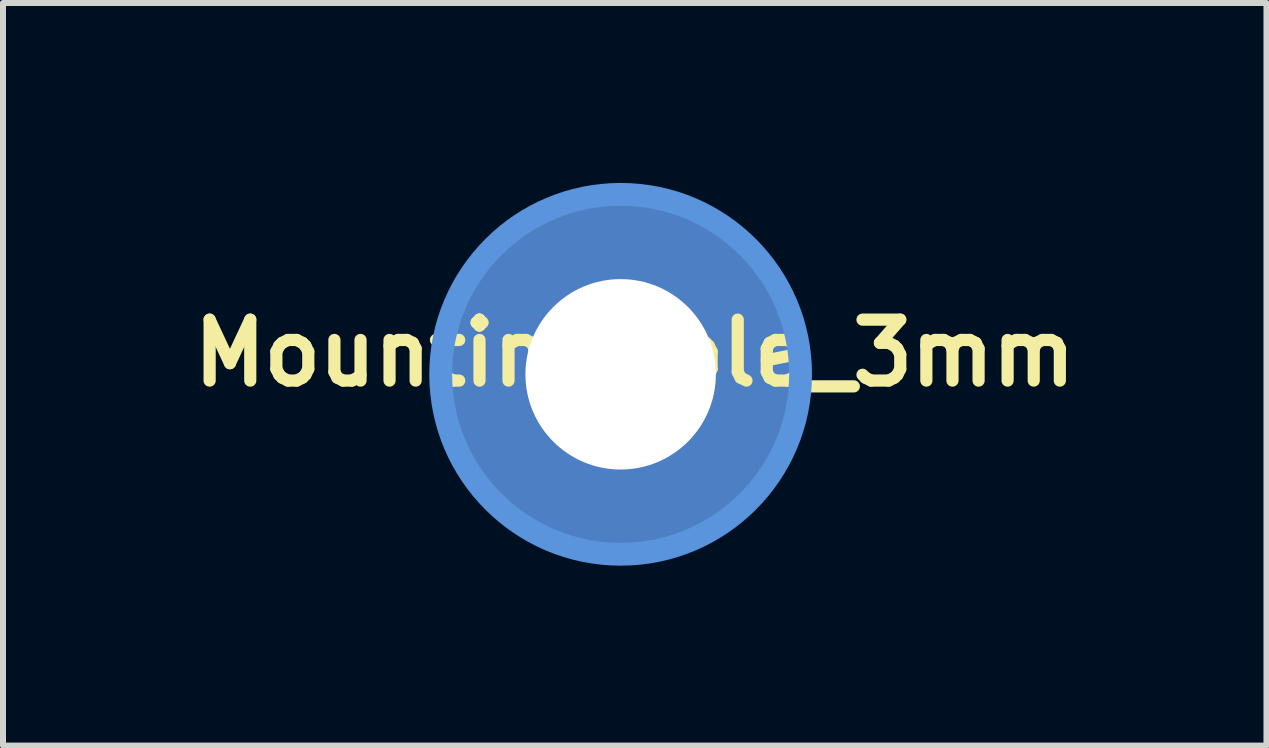
<source format=kicad_pcb>
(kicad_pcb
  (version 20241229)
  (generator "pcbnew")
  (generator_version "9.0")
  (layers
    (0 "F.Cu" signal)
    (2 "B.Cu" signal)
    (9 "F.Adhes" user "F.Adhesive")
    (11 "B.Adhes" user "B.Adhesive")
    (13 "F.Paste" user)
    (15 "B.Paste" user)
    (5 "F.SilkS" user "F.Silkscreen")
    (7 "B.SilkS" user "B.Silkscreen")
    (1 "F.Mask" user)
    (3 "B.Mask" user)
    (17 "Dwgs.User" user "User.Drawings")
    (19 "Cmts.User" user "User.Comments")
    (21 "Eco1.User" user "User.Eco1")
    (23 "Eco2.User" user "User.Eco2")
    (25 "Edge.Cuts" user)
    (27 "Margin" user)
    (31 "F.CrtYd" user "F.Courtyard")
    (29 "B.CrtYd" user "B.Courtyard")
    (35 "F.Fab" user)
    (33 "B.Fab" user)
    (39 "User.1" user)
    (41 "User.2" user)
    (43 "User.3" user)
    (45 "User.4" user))
  (footprint "MountingHole_3mm"
    (layer "F.Cu")
    (at 7.298 3.191)
    (property "Reference" "MountingHole_3mm" (at 0.235 -0.355 0) (layer "F.SilkS") (effects (font (size 1.016 1.016) (thickness 0.203))))
    (attr through_hole)
    (fp_circle (center 0 0) (end 3 0) (stroke (width 0.381) (type solid)) (fill no) (layer "Cmts.User"))
    (pad "1" thru_hole circle (at 0 0) (size 6 6) (drill 3.175) (layers "*.Cu")))
  (gr_rect
    (start -3 -3)
    (end 18.066 9.381)
    (stroke (width 0.1) (type default))
    (fill no)
    (layer "Edge.Cuts")))
</source>
